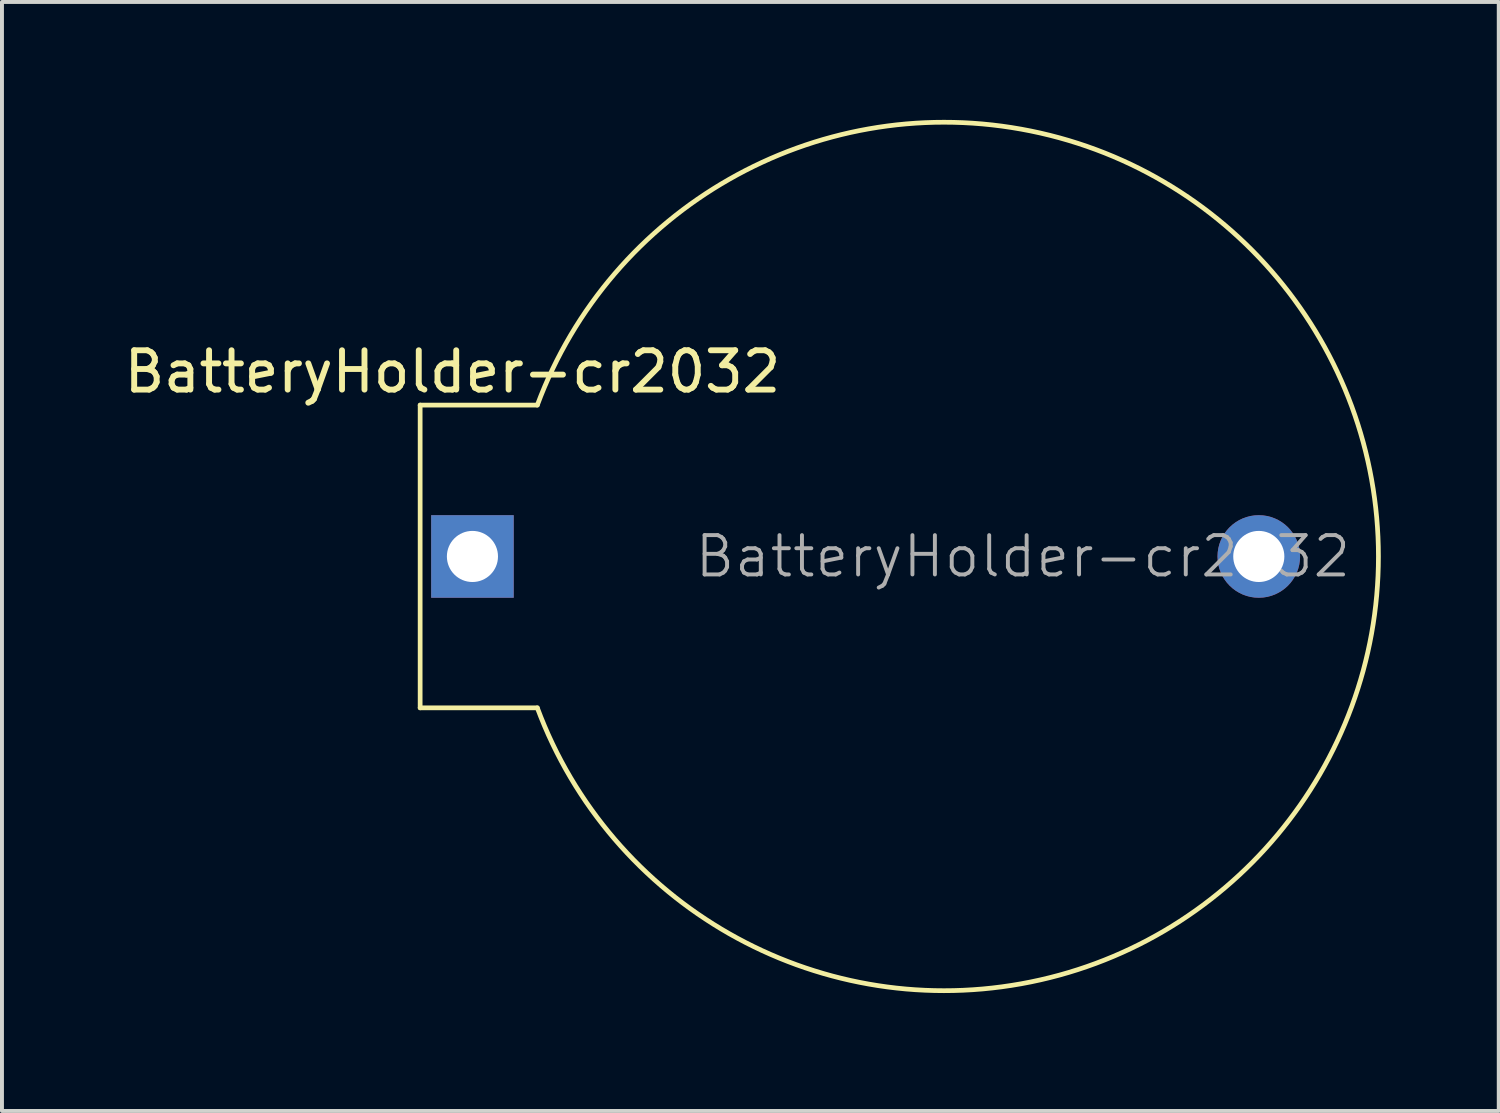
<source format=kicad_pcb>
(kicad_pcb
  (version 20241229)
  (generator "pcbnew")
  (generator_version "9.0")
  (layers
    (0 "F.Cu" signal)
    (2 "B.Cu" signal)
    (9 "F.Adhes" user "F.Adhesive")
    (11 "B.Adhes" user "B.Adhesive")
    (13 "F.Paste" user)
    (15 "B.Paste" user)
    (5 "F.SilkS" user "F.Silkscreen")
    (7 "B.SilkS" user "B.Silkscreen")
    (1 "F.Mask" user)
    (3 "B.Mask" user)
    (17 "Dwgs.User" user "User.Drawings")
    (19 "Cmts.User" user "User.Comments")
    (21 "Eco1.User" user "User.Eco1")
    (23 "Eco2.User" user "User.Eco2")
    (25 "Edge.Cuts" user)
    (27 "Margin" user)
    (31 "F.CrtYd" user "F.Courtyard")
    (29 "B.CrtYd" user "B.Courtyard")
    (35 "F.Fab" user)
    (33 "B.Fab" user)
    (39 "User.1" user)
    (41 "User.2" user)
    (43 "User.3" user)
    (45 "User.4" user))
  (footprint "BatteryHolder-cr2032"
    (layer "F.Cu")
    (at 8.966 11.103)
    (property "Reference" "BatteryHolder-cr2032" (at -0.508 -4.699 0) (layer "F.SilkS") (effects (font (size 1 1) (thickness 0.15))))
    (attr through_hole)
    (fp_line (start -1.33 -3.85) (end 1.65 -3.85) (stroke (width 0.12) (type solid)) (layer "F.SilkS"))
    (fp_line (start -1.33 3.85) (end -1.33 -3.85) (stroke (width 0.12) (type solid)) (layer "F.SilkS"))
    (fp_line (start -1.33 3.85) (end 1.65 3.85) (stroke (width 0.12) (type solid)) (layer "F.SilkS"))
    (fp_arc (start 1.65 -3.85) (mid 23.042871 0) (end 1.65 3.85) (stroke (width 0.12) (type solid)) (layer "F.SilkS"))
    (fp_text user "${REFERENCE}" (at 14 0 0) (layer "F.Fab") (effects (font (size 1 1) (thickness 0.1))))
    (pad "1" thru_hole rect (at 0 0 270) (size 2.1 2.1) (drill 1.3) (layers "*.Cu" "*.Mask"))
    (pad "2" thru_hole circle (at 20 0 270) (size 2.1 2.1) (drill 1.3) (layers "*.Cu" "*.Mask")))
  (gr_rect
    (start -3 -3)
    (end 35.069 25.206)
    (stroke (width 0.1) (type default))
    (fill no)
    (layer "Edge.Cuts")))
</source>
